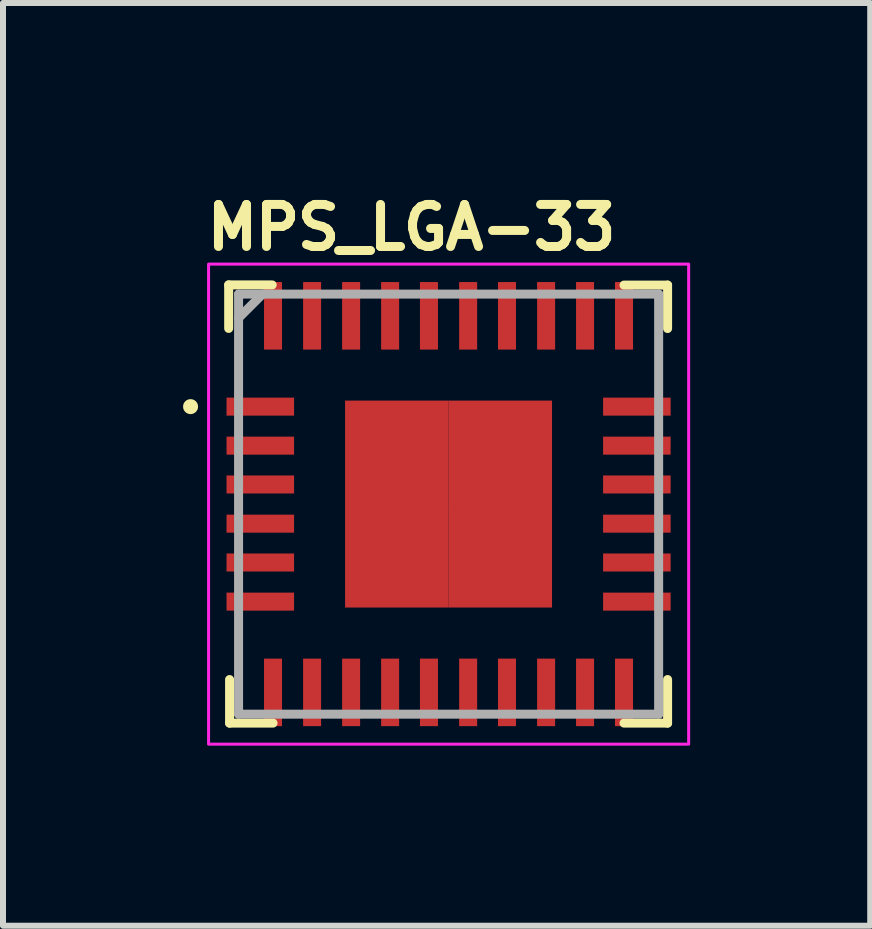
<source format=kicad_pcb>
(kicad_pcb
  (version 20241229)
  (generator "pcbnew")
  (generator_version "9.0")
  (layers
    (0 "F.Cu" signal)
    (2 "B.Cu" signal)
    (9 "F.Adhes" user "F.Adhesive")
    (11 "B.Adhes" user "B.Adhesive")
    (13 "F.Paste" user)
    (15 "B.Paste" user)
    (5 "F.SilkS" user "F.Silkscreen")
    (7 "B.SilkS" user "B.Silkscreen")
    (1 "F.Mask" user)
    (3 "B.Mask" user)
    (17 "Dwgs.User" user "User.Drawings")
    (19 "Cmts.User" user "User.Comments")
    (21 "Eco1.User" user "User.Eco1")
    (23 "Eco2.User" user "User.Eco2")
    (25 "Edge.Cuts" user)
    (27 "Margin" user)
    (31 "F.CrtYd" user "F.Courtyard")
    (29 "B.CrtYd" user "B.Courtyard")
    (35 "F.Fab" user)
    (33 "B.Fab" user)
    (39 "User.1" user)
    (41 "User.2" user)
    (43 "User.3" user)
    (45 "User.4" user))
  (footprint "MPS_LGA-33"
    (layer "F.Cu")
    (at 4.425 5.35)
    (property "Reference" "MPS_LGA-33" (at -4.1 -4.2 0) (layer "F.SilkS") (effects (font (size 0.7 0.7) (thickness 0.15)) (justify left bottom)))
    (attr smd)
    (fp_line (start -3.665 -3.653) (end -2.94 -3.653) (stroke (width 0.15) (type solid)) (layer "F.SilkS"))
    (fp_line (start -3.665 -2.928) (end -3.665 -3.653) (stroke (width 0.15) (type solid)) (layer "F.SilkS"))
    (fp_line (start -3.65 3.648) (end -3.65 2.922) (stroke (width 0.15) (type solid)) (layer "F.SilkS"))
    (fp_line (start -2.926 3.648) (end -3.65 3.648) (stroke (width 0.15) (type solid)) (layer "F.SilkS"))
    (fp_line (start 2.922 -3.65) (end 3.648 -3.65) (stroke (width 0.15) (type solid)) (layer "F.SilkS"))
    (fp_line (start 2.922 3.648) (end 3.648 3.648) (stroke (width 0.15) (type solid)) (layer "F.SilkS"))
    (fp_line (start 3.648 -3.65) (end 3.648 -2.926) (stroke (width 0.15) (type solid)) (layer "F.SilkS"))
    (fp_line (start 3.648 3.648) (end 3.648 2.922) (stroke (width 0.15) (type solid)) (layer "F.SilkS"))
    (fp_circle (center -4.3 -1.625) (end -4.25 -1.625) (stroke (width 0.15) (type solid)) (fill yes) (layer "F.SilkS"))
    (fp_rect (start -4 -4) (end 3.999 3.999) (stroke (width 0.05) (type solid)) (fill no) (layer "F.CrtYd"))
    (fp_line (start -3.5 -3.5) (end -3.5 3.499) (stroke (width 0.15) (type solid)) (layer "F.Fab"))
    (fp_line (start -3.5 3.499) (end 3.499 3.499) (stroke (width 0.15) (type solid)) (layer "F.Fab"))
    (fp_line (start -3.101 -3.5) (end -3.5 -3.101) (stroke (width 0.15) (type solid)) (layer "F.Fab"))
    (fp_line (start 3.499 -3.5) (end -3.5 -3.5) (stroke (width 0.15) (type solid)) (layer "F.Fab"))
    (fp_line (start 3.499 3.499) (end 3.499 -3.5) (stroke (width 0.15) (type solid)) (layer "F.Fab"))
    (fp_rect (start -3.5 -3.5) (end 3.499 3.499) (stroke (width 0.1) (type solid)) (fill no) (layer "User.5"))
    (fp_line (start -3.5 -3.5) (end -3.5 3.499) (stroke (width 0.02) (type solid)) (layer "User.9"))
    (fp_line (start -3.5 3.499) (end 3.499 3.499) (stroke (width 0.02) (type solid)) (layer "User.9"))
    (fp_line (start -3 -2.621) (end -3 -2.601) (stroke (width 0.02) (type solid)) (layer "User.9"))
    (fp_line (start -3 -2.621) (end -3 -2.601) (stroke (width 0.02) (type solid)) (layer "User.9"))
    (fp_line (start -3 -2.601) (end -3 -2.601) (stroke (width 0.02) (type solid)) (layer "User.9"))
    (fp_line (start -3 -2.601) (end -3 -2.601) (stroke (width 0.02) (type solid)) (layer "User.9"))
    (fp_line (start -3 -2.601) (end -3 -2.581) (stroke (width 0.02) (type solid)) (layer "User.9"))
    (fp_line (start -3 -2.601) (end -3 -2.581) (stroke (width 0.02) (type solid)) (layer "User.9"))
    (fp_line (start -3 -2.581) (end -2.999 -2.56) (stroke (width 0.02) (type solid)) (layer "User.9"))
    (fp_line (start -3 -2.581) (end -2.999 -2.56) (stroke (width 0.02) (type solid)) (layer "User.9"))
    (fp_line (start -2.999 -2.641) (end -3 -2.621) (stroke (width 0.02) (type solid)) (layer "User.9"))
    (fp_line (start -2.999 -2.641) (end -3 -2.621) (stroke (width 0.02) (type solid)) (layer "User.9"))
    (fp_line (start -2.999 -2.56) (end -2.996 -2.54) (stroke (width 0.02) (type solid)) (layer "User.9"))
    (fp_line (start -2.999 -2.56) (end -2.996 -2.54) (stroke (width 0.02) (type solid)) (layer "User.9"))
    (fp_line (start -2.996 -2.661) (end -2.999 -2.641) (stroke (width 0.02) (type solid)) (layer "User.9"))
    (fp_line (start -2.996 -2.661) (end -2.999 -2.641) (stroke (width 0.02) (type solid)) (layer "User.9"))
    (fp_line (start -2.996 -2.54) (end -2.992 -2.52) (stroke (width 0.02) (type solid)) (layer "User.9"))
    (fp_line (start -2.996 -2.54) (end -2.992 -2.52) (stroke (width 0.02) (type solid)) (layer "User.9"))
    (fp_line (start -2.992 -2.681) (end -2.996 -2.661) (stroke (width 0.02) (type solid)) (layer "User.9"))
    (fp_line (start -2.992 -2.681) (end -2.996 -2.661) (stroke (width 0.02) (type solid)) (layer "User.9"))
    (fp_line (start -2.992 -2.52) (end -2.988 -2.501) (stroke (width 0.02) (type solid)) (layer "User.9"))
    (fp_line (start -2.992 -2.52) (end -2.988 -2.501) (stroke (width 0.02) (type solid)) (layer "User.9"))
    (fp_line (start -2.988 -2.701) (end -2.992 -2.681) (stroke (width 0.02) (type solid)) (layer "User.9"))
    (fp_line (start -2.988 -2.701) (end -2.992 -2.681) (stroke (width 0.02) (type solid)) (layer "User.9"))
    (fp_line (start -2.988 -2.501) (end -2.983 -2.483) (stroke (width 0.02) (type solid)) (layer "User.9"))
    (fp_line (start -2.988 -2.501) (end -2.983 -2.483) (stroke (width 0.02) (type solid)) (layer "User.9"))
    (fp_line (start -2.983 -2.719) (end -2.988 -2.701) (stroke (width 0.02) (type solid)) (layer "User.9"))
    (fp_line (start -2.983 -2.719) (end -2.988 -2.701) (stroke (width 0.02) (type solid)) (layer "User.9"))
    (fp_line (start -2.983 -2.483) (end -2.976 -2.464) (stroke (width 0.02) (type solid)) (layer "User.9"))
    (fp_line (start -2.983 -2.483) (end -2.976 -2.464) (stroke (width 0.02) (type solid)) (layer "User.9"))
    (fp_line (start -2.976 -2.738) (end -2.983 -2.719) (stroke (width 0.02) (type solid)) (layer "User.9"))
    (fp_line (start -2.976 -2.738) (end -2.983 -2.719) (stroke (width 0.02) (type solid)) (layer "User.9"))
    (fp_line (start -2.976 -2.464) (end -2.969 -2.445) (stroke (width 0.02) (type solid)) (layer "User.9"))
    (fp_line (start -2.976 -2.464) (end -2.969 -2.445) (stroke (width 0.02) (type solid)) (layer "User.9"))
    (fp_line (start -2.969 -2.757) (end -2.976 -2.738) (stroke (width 0.02) (type solid)) (layer "User.9"))
    (fp_line (start -2.969 -2.757) (end -2.976 -2.738) (stroke (width 0.02) (type solid)) (layer "User.9"))
    (fp_line (start -2.969 -2.445) (end -2.961 -2.427) (stroke (width 0.02) (type solid)) (layer "User.9"))
    (fp_line (start -2.969 -2.445) (end -2.961 -2.427) (stroke (width 0.02) (type solid)) (layer "User.9"))
    (fp_line (start -2.961 -2.774) (end -2.969 -2.757) (stroke (width 0.02) (type solid)) (layer "User.9"))
    (fp_line (start -2.961 -2.774) (end -2.969 -2.757) (stroke (width 0.02) (type solid)) (layer "User.9"))
    (fp_line (start -2.961 -2.427) (end -2.952 -2.411) (stroke (width 0.02) (type solid)) (layer "User.9"))
    (fp_line (start -2.961 -2.427) (end -2.952 -2.411) (stroke (width 0.02) (type solid)) (layer "User.9"))
    (fp_line (start -2.952 -2.791) (end -2.961 -2.774) (stroke (width 0.02) (type solid)) (layer "User.9"))
    (fp_line (start -2.952 -2.791) (end -2.961 -2.774) (stroke (width 0.02) (type solid)) (layer "User.9"))
    (fp_line (start -2.952 -2.411) (end -2.943 -2.394) (stroke (width 0.02) (type solid)) (layer "User.9"))
    (fp_line (start -2.952 -2.411) (end -2.943 -2.394) (stroke (width 0.02) (type solid)) (layer "User.9"))
    (fp_line (start -2.943 -2.809) (end -2.952 -2.791) (stroke (width 0.02) (type solid)) (layer "User.9"))
    (fp_line (start -2.943 -2.809) (end -2.952 -2.791) (stroke (width 0.02) (type solid)) (layer "User.9"))
    (fp_line (start -2.943 -2.394) (end -2.932 -2.378) (stroke (width 0.02) (type solid)) (layer "User.9"))
    (fp_line (start -2.943 -2.394) (end -2.932 -2.378) (stroke (width 0.02) (type solid)) (layer "User.9"))
    (fp_line (start -2.932 -2.824) (end -2.943 -2.809) (stroke (width 0.02) (type solid)) (layer "User.9"))
    (fp_line (start -2.932 -2.824) (end -2.943 -2.809) (stroke (width 0.02) (type solid)) (layer "User.9"))
    (fp_line (start -2.932 -2.378) (end -2.922 -2.362) (stroke (width 0.02) (type solid)) (layer "User.9"))
    (fp_line (start -2.932 -2.378) (end -2.922 -2.362) (stroke (width 0.02) (type solid)) (layer "User.9"))
    (fp_line (start -2.922 -2.84) (end -2.932 -2.824) (stroke (width 0.02) (type solid)) (layer "User.9"))
    (fp_line (start -2.922 -2.84) (end -2.932 -2.824) (stroke (width 0.02) (type solid)) (layer "User.9"))
    (fp_line (start -2.922 -2.362) (end -2.91 -2.347) (stroke (width 0.02) (type solid)) (layer "User.9"))
    (fp_line (start -2.922 -2.362) (end -2.91 -2.347) (stroke (width 0.02) (type solid)) (layer "User.9"))
    (fp_line (start -2.91 -2.855) (end -2.922 -2.84) (stroke (width 0.02) (type solid)) (layer "User.9"))
    (fp_line (start -2.91 -2.855) (end -2.922 -2.84) (stroke (width 0.02) (type solid)) (layer "User.9"))
    (fp_line (start -2.91 -2.347) (end -2.896 -2.332) (stroke (width 0.02) (type solid)) (layer "User.9"))
    (fp_line (start -2.91 -2.347) (end -2.896 -2.332) (stroke (width 0.02) (type solid)) (layer "User.9"))
    (fp_line (start -2.896 -2.87) (end -2.91 -2.855) (stroke (width 0.02) (type solid)) (layer "User.9"))
    (fp_line (start -2.896 -2.87) (end -2.91 -2.855) (stroke (width 0.02) (type solid)) (layer "User.9"))
    (fp_line (start -2.896 -2.332) (end -2.883 -2.319) (stroke (width 0.02) (type solid)) (layer "User.9"))
    (fp_line (start -2.896 -2.332) (end -2.883 -2.319) (stroke (width 0.02) (type solid)) (layer "User.9"))
    (fp_line (start -2.883 -2.883) (end -2.896 -2.87) (stroke (width 0.02) (type solid)) (layer "User.9"))
    (fp_line (start -2.883 -2.883) (end -2.896 -2.87) (stroke (width 0.02) (type solid)) (layer "User.9"))
    (fp_line (start -2.883 -2.319) (end -2.87 -2.305) (stroke (width 0.02) (type solid)) (layer "User.9"))
    (fp_line (start -2.883 -2.319) (end -2.87 -2.305) (stroke (width 0.02) (type solid)) (layer "User.9"))
    (fp_line (start -2.87 -2.898) (end -2.883 -2.883) (stroke (width 0.02) (type solid)) (layer "User.9"))
    (fp_line (start -2.87 -2.898) (end -2.883 -2.883) (stroke (width 0.02) (type solid)) (layer "User.9"))
    (fp_line (start -2.87 -2.305) (end -2.855 -2.293) (stroke (width 0.02) (type solid)) (layer "User.9"))
    (fp_line (start -2.87 -2.305) (end -2.855 -2.293) (stroke (width 0.02) (type solid)) (layer "User.9"))
    (fp_line (start -2.855 -2.91) (end -2.87 -2.898) (stroke (width 0.02) (type solid)) (layer "User.9"))
    (fp_line (start -2.855 -2.91) (end -2.87 -2.898) (stroke (width 0.02) (type solid)) (layer "User.9"))
    (fp_line (start -2.855 -2.293) (end -2.84 -2.281) (stroke (width 0.02) (type solid)) (layer "User.9"))
    (fp_line (start -2.855 -2.293) (end -2.84 -2.281) (stroke (width 0.02) (type solid)) (layer "User.9"))
    (fp_line (start -2.84 -2.922) (end -2.855 -2.91) (stroke (width 0.02) (type solid)) (layer "User.9"))
    (fp_line (start -2.84 -2.922) (end -2.855 -2.91) (stroke (width 0.02) (type solid)) (layer "User.9"))
    (fp_line (start -2.84 -2.281) (end -2.824 -2.27) (stroke (width 0.02) (type solid)) (layer "User.9"))
    (fp_line (start -2.84 -2.281) (end -2.824 -2.27) (stroke (width 0.02) (type solid)) (layer "User.9"))
    (fp_line (start -2.824 -2.932) (end -2.84 -2.922) (stroke (width 0.02) (type solid)) (layer "User.9"))
    (fp_line (start -2.824 -2.932) (end -2.84 -2.922) (stroke (width 0.02) (type solid)) (layer "User.9"))
    (fp_line (start -2.824 -2.27) (end -2.809 -2.258) (stroke (width 0.02) (type solid)) (layer "User.9"))
    (fp_line (start -2.824 -2.27) (end -2.809 -2.258) (stroke (width 0.02) (type solid)) (layer "User.9"))
    (fp_line (start -2.809 -2.943) (end -2.824 -2.932) (stroke (width 0.02) (type solid)) (layer "User.9"))
    (fp_line (start -2.809 -2.943) (end -2.824 -2.932) (stroke (width 0.02) (type solid)) (layer "User.9"))
    (fp_line (start -2.809 -2.258) (end -2.791 -2.25) (stroke (width 0.02) (type solid)) (layer "User.9"))
    (fp_line (start -2.809 -2.258) (end -2.791 -2.25) (stroke (width 0.02) (type solid)) (layer "User.9"))
    (fp_line (start -2.791 -2.952) (end -2.809 -2.943) (stroke (width 0.02) (type solid)) (layer "User.9"))
    (fp_line (start -2.791 -2.952) (end -2.809 -2.943) (stroke (width 0.02) (type solid)) (layer "User.9"))
    (fp_line (start -2.791 -2.25) (end -2.774 -2.241) (stroke (width 0.02) (type solid)) (layer "User.9"))
    (fp_line (start -2.791 -2.25) (end -2.774 -2.241) (stroke (width 0.02) (type solid)) (layer "User.9"))
    (fp_line (start -2.774 -2.961) (end -2.791 -2.952) (stroke (width 0.02) (type solid)) (layer "User.9"))
    (fp_line (start -2.774 -2.961) (end -2.791 -2.952) (stroke (width 0.02) (type solid)) (layer "User.9"))
    (fp_line (start -2.774 -2.241) (end -2.757 -2.233) (stroke (width 0.02) (type solid)) (layer "User.9"))
    (fp_line (start -2.774 -2.241) (end -2.757 -2.233) (stroke (width 0.02) (type solid)) (layer "User.9"))
    (fp_line (start -2.757 -2.969) (end -2.774 -2.961) (stroke (width 0.02) (type solid)) (layer "User.9"))
    (fp_line (start -2.757 -2.969) (end -2.774 -2.961) (stroke (width 0.02) (type solid)) (layer "User.9"))
    (fp_line (start -2.757 -2.233) (end -2.738 -2.226) (stroke (width 0.02) (type solid)) (layer "User.9"))
    (fp_line (start -2.757 -2.233) (end -2.738 -2.226) (stroke (width 0.02) (type solid)) (layer "User.9"))
    (fp_line (start -2.738 -2.976) (end -2.757 -2.969) (stroke (width 0.02) (type solid)) (layer "User.9"))
    (fp_line (start -2.738 -2.976) (end -2.757 -2.969) (stroke (width 0.02) (type solid)) (layer "User.9"))
    (fp_line (start -2.738 -2.226) (end -2.719 -2.219) (stroke (width 0.02) (type solid)) (layer "User.9"))
    (fp_line (start -2.738 -2.226) (end -2.719 -2.219) (stroke (width 0.02) (type solid)) (layer "User.9"))
    (fp_line (start -2.719 -2.983) (end -2.738 -2.976) (stroke (width 0.02) (type solid)) (layer "User.9"))
    (fp_line (start -2.719 -2.983) (end -2.738 -2.976) (stroke (width 0.02) (type solid)) (layer "User.9"))
    (fp_line (start -2.719 -2.219) (end -2.701 -2.214) (stroke (width 0.02) (type solid)) (layer "User.9"))
    (fp_line (start -2.719 -2.219) (end -2.701 -2.214) (stroke (width 0.02) (type solid)) (layer "User.9"))
    (fp_line (start -2.701 -2.988) (end -2.719 -2.983) (stroke (width 0.02) (type solid)) (layer "User.9"))
    (fp_line (start -2.701 -2.988) (end -2.719 -2.983) (stroke (width 0.02) (type solid)) (layer "User.9"))
    (fp_line (start -2.701 -2.214) (end -2.681 -2.21) (stroke (width 0.02) (type solid)) (layer "User.9"))
    (fp_line (start -2.701 -2.214) (end -2.681 -2.21) (stroke (width 0.02) (type solid)) (layer "User.9"))
    (fp_line (start -2.681 -2.992) (end -2.701 -2.988) (stroke (width 0.02) (type solid)) (layer "User.9"))
    (fp_line (start -2.681 -2.992) (end -2.701 -2.988) (stroke (width 0.02) (type solid)) (layer "User.9"))
    (fp_line (start -2.681 -2.21) (end -2.661 -2.206) (stroke (width 0.02) (type solid)) (layer "User.9"))
    (fp_line (start -2.681 -2.21) (end -2.661 -2.206) (stroke (width 0.02) (type solid)) (layer "User.9"))
    (fp_line (start -2.661 -2.996) (end -2.681 -2.992) (stroke (width 0.02) (type solid)) (layer "User.9"))
    (fp_line (start -2.661 -2.996) (end -2.681 -2.992) (stroke (width 0.02) (type solid)) (layer "User.9"))
    (fp_line (start -2.661 -2.206) (end -2.641 -2.203) (stroke (width 0.02) (type solid)) (layer "User.9"))
    (fp_line (start -2.661 -2.206) (end -2.641 -2.203) (stroke (width 0.02) (type solid)) (layer "User.9"))
    (fp_line (start -2.641 -2.999) (end -2.661 -2.996) (stroke (width 0.02) (type solid)) (layer "User.9"))
    (fp_line (start -2.641 -2.999) (end -2.661 -2.996) (stroke (width 0.02) (type solid)) (layer "User.9"))
    (fp_line (start -2.641 -2.203) (end -2.621 -2.202) (stroke (width 0.02) (type solid)) (layer "User.9"))
    (fp_line (start -2.641 -2.203) (end -2.621 -2.202) (stroke (width 0.02) (type solid)) (layer "User.9"))
    (fp_line (start -2.621 -3) (end -2.641 -2.999) (stroke (width 0.02) (type solid)) (layer "User.9"))
    (fp_line (start -2.621 -3) (end -2.641 -2.999) (stroke (width 0.02) (type solid)) (layer "User.9"))
    (fp_line (start -2.621 -2.202) (end -2.601 -2.202) (stroke (width 0.02) (type solid)) (layer "User.9"))
    (fp_line (start -2.621 -2.202) (end -2.601 -2.202) (stroke (width 0.02) (type solid)) (layer "User.9"))
    (fp_line (start -2.601 -3) (end -2.621 -3) (stroke (width 0.02) (type solid)) (layer "User.9"))
    (fp_line (start -2.601 -3) (end -2.621 -3) (stroke (width 0.02) (type solid)) (layer "User.9"))
    (fp_line (start -2.601 -2.202) (end -2.581 -2.202) (stroke (width 0.02) (type solid)) (layer "User.9"))
    (fp_line (start -2.601 -2.202) (end -2.581 -2.202) (stroke (width 0.02) (type solid)) (layer "User.9"))
    (fp_line (start -2.581 -3) (end -2.601 -3) (stroke (width 0.02) (type solid)) (layer "User.9"))
    (fp_line (start -2.581 -3) (end -2.601 -3) (stroke (width 0.02) (type solid)) (layer "User.9"))
    (fp_line (start -2.581 -2.202) (end -2.56 -2.203) (stroke (width 0.02) (type solid)) (layer "User.9"))
    (fp_line (start -2.581 -2.202) (end -2.56 -2.203) (stroke (width 0.02) (type solid)) (layer "User.9"))
    (fp_line (start -2.56 -2.999) (end -2.581 -3) (stroke (width 0.02) (type solid)) (layer "User.9"))
    (fp_line (start -2.56 -2.999) (end -2.581 -3) (stroke (width 0.02) (type solid)) (layer "User.9"))
    (fp_line (start -2.56 -2.203) (end -2.54 -2.206) (stroke (width 0.02) (type solid)) (layer "User.9"))
    (fp_line (start -2.56 -2.203) (end -2.54 -2.206) (stroke (width 0.02) (type solid)) (layer "User.9"))
    (fp_line (start -2.54 -2.996) (end -2.56 -2.999) (stroke (width 0.02) (type solid)) (layer "User.9"))
    (fp_line (start -2.54 -2.996) (end -2.56 -2.999) (stroke (width 0.02) (type solid)) (layer "User.9"))
    (fp_line (start -2.54 -2.206) (end -2.52 -2.21) (stroke (width 0.02) (type solid)) (layer "User.9"))
    (fp_line (start -2.54 -2.206) (end -2.52 -2.21) (stroke (width 0.02) (type solid)) (layer "User.9"))
    (fp_line (start -2.52 -2.992) (end -2.54 -2.996) (stroke (width 0.02) (type solid)) (layer "User.9"))
    (fp_line (start -2.52 -2.992) (end -2.54 -2.996) (stroke (width 0.02) (type solid)) (layer "User.9"))
    (fp_line (start -2.52 -2.21) (end -2.501 -2.214) (stroke (width 0.02) (type solid)) (layer "User.9"))
    (fp_line (start -2.52 -2.21) (end -2.501 -2.214) (stroke (width 0.02) (type solid)) (layer "User.9"))
    (fp_line (start -2.501 -2.988) (end -2.52 -2.992) (stroke (width 0.02) (type solid)) (layer "User.9"))
    (fp_line (start -2.501 -2.988) (end -2.52 -2.992) (stroke (width 0.02) (type solid)) (layer "User.9"))
    (fp_line (start -2.501 -2.214) (end -2.483 -2.219) (stroke (width 0.02) (type solid)) (layer "User.9"))
    (fp_line (start -2.501 -2.214) (end -2.483 -2.219) (stroke (width 0.02) (type solid)) (layer "User.9"))
    (fp_line (start -2.483 -2.983) (end -2.501 -2.988) (stroke (width 0.02) (type solid)) (layer "User.9"))
    (fp_line (start -2.483 -2.983) (end -2.501 -2.988) (stroke (width 0.02) (type solid)) (layer "User.9"))
    (fp_line (start -2.483 -2.219) (end -2.464 -2.226) (stroke (width 0.02) (type solid)) (layer "User.9"))
    (fp_line (start -2.483 -2.219) (end -2.464 -2.226) (stroke (width 0.02) (type solid)) (layer "User.9"))
    (fp_line (start -2.464 -2.976) (end -2.483 -2.983) (stroke (width 0.02) (type solid)) (layer "User.9"))
    (fp_line (start -2.464 -2.976) (end -2.483 -2.983) (stroke (width 0.02) (type solid)) (layer "User.9"))
    (fp_line (start -2.464 -2.226) (end -2.445 -2.233) (stroke (width 0.02) (type solid)) (layer "User.9"))
    (fp_line (start -2.464 -2.226) (end -2.445 -2.233) (stroke (width 0.02) (type solid)) (layer "User.9"))
    (fp_line (start -2.445 -2.969) (end -2.464 -2.976) (stroke (width 0.02) (type solid)) (layer "User.9"))
    (fp_line (start -2.445 -2.969) (end -2.464 -2.976) (stroke (width 0.02) (type solid)) (layer "User.9"))
    (fp_line (start -2.445 -2.233) (end -2.427 -2.241) (stroke (width 0.02) (type solid)) (layer "User.9"))
    (fp_line (start -2.445 -2.233) (end -2.427 -2.241) (stroke (width 0.02) (type solid)) (layer "User.9"))
    (fp_line (start -2.427 -2.961) (end -2.445 -2.969) (stroke (width 0.02) (type solid)) (layer "User.9"))
    (fp_line (start -2.427 -2.961) (end -2.445 -2.969) (stroke (width 0.02) (type solid)) (layer "User.9"))
    (fp_line (start -2.427 -2.241) (end -2.411 -2.25) (stroke (width 0.02) (type solid)) (layer "User.9"))
    (fp_line (start -2.427 -2.241) (end -2.411 -2.25) (stroke (width 0.02) (type solid)) (layer "User.9"))
    (fp_line (start -2.411 -2.952) (end -2.427 -2.961) (stroke (width 0.02) (type solid)) (layer "User.9"))
    (fp_line (start -2.411 -2.952) (end -2.427 -2.961) (stroke (width 0.02) (type solid)) (layer "User.9"))
    (fp_line (start -2.411 -2.25) (end -2.394 -2.258) (stroke (width 0.02) (type solid)) (layer "User.9"))
    (fp_line (start -2.411 -2.25) (end -2.394 -2.258) (stroke (width 0.02) (type solid)) (layer "User.9"))
    (fp_line (start -2.394 -2.943) (end -2.411 -2.952) (stroke (width 0.02) (type solid)) (layer "User.9"))
    (fp_line (start -2.394 -2.943) (end -2.411 -2.952) (stroke (width 0.02) (type solid)) (layer "User.9"))
    (fp_line (start -2.394 -2.258) (end -2.378 -2.27) (stroke (width 0.02) (type solid)) (layer "User.9"))
    (fp_line (start -2.394 -2.258) (end -2.378 -2.27) (stroke (width 0.02) (type solid)) (layer "User.9"))
    (fp_line (start -2.378 -2.932) (end -2.394 -2.943) (stroke (width 0.02) (type solid)) (layer "User.9"))
    (fp_line (start -2.378 -2.932) (end -2.394 -2.943) (stroke (width 0.02) (type solid)) (layer "User.9"))
    (fp_line (start -2.378 -2.27) (end -2.362 -2.281) (stroke (width 0.02) (type solid)) (layer "User.9"))
    (fp_line (start -2.378 -2.27) (end -2.362 -2.281) (stroke (width 0.02) (type solid)) (layer "User.9"))
    (fp_line (start -2.362 -2.922) (end -2.378 -2.932) (stroke (width 0.02) (type solid)) (layer "User.9"))
    (fp_line (start -2.362 -2.922) (end -2.378 -2.932) (stroke (width 0.02) (type solid)) (layer "User.9"))
    (fp_line (start -2.362 -2.281) (end -2.347 -2.293) (stroke (width 0.02) (type solid)) (layer "User.9"))
    (fp_line (start -2.362 -2.281) (end -2.347 -2.293) (stroke (width 0.02) (type solid)) (layer "User.9"))
    (fp_line (start -2.347 -2.91) (end -2.362 -2.922) (stroke (width 0.02) (type solid)) (layer "User.9"))
    (fp_line (start -2.347 -2.91) (end -2.362 -2.922) (stroke (width 0.02) (type solid)) (layer "User.9"))
    (fp_line (start -2.347 -2.293) (end -2.332 -2.305) (stroke (width 0.02) (type solid)) (layer "User.9"))
    (fp_line (start -2.347 -2.293) (end -2.332 -2.305) (stroke (width 0.02) (type solid)) (layer "User.9"))
    (fp_line (start -2.332 -2.898) (end -2.347 -2.91) (stroke (width 0.02) (type solid)) (layer "User.9"))
    (fp_line (start -2.332 -2.898) (end -2.347 -2.91) (stroke (width 0.02) (type solid)) (layer "User.9"))
    (fp_line (start -2.332 -2.305) (end -2.319 -2.319) (stroke (width 0.02) (type solid)) (layer "User.9"))
    (fp_line (start -2.332 -2.305) (end -2.319 -2.319) (stroke (width 0.02) (type solid)) (layer "User.9"))
    (fp_line (start -2.319 -2.883) (end -2.332 -2.898) (stroke (width 0.02) (type solid)) (layer "User.9"))
    (fp_line (start -2.319 -2.883) (end -2.332 -2.898) (stroke (width 0.02) (type solid)) (layer "User.9"))
    (fp_line (start -2.319 -2.319) (end -2.306 -2.332) (stroke (width 0.02) (type solid)) (layer "User.9"))
    (fp_line (start -2.319 -2.319) (end -2.306 -2.332) (stroke (width 0.02) (type solid)) (layer "User.9"))
    (fp_line (start -2.306 -2.87) (end -2.319 -2.883) (stroke (width 0.02) (type solid)) (layer "User.9"))
    (fp_line (start -2.306 -2.87) (end -2.319 -2.883) (stroke (width 0.02) (type solid)) (layer "User.9"))
    (fp_line (start -2.306 -2.332) (end -2.293 -2.347) (stroke (width 0.02) (type solid)) (layer "User.9"))
    (fp_line (start -2.306 -2.332) (end -2.293 -2.347) (stroke (width 0.02) (type solid)) (layer "User.9"))
    (fp_line (start -2.293 -2.855) (end -2.306 -2.87) (stroke (width 0.02) (type solid)) (layer "User.9"))
    (fp_line (start -2.293 -2.855) (end -2.306 -2.87) (stroke (width 0.02) (type solid)) (layer "User.9"))
    (fp_line (start -2.293 -2.347) (end -2.281 -2.362) (stroke (width 0.02) (type solid)) (layer "User.9"))
    (fp_line (start -2.293 -2.347) (end -2.281 -2.362) (stroke (width 0.02) (type solid)) (layer "User.9"))
    (fp_line (start -2.281 -2.84) (end -2.293 -2.855) (stroke (width 0.02) (type solid)) (layer "User.9"))
    (fp_line (start -2.281 -2.84) (end -2.293 -2.855) (stroke (width 0.02) (type solid)) (layer "User.9"))
    (fp_line (start -2.281 -2.362) (end -2.27 -2.378) (stroke (width 0.02) (type solid)) (layer "User.9"))
    (fp_line (start -2.281 -2.362) (end -2.27 -2.378) (stroke (width 0.02) (type solid)) (layer "User.9"))
    (fp_line (start -2.27 -2.824) (end -2.281 -2.84) (stroke (width 0.02) (type solid)) (layer "User.9"))
    (fp_line (start -2.27 -2.824) (end -2.281 -2.84) (stroke (width 0.02) (type solid)) (layer "User.9"))
    (fp_line (start -2.27 -2.378) (end -2.259 -2.394) (stroke (width 0.02) (type solid)) (layer "User.9"))
    (fp_line (start -2.27 -2.378) (end -2.259 -2.394) (stroke (width 0.02) (type solid)) (layer "User.9"))
    (fp_line (start -2.259 -2.809) (end -2.27 -2.824) (stroke (width 0.02) (type solid)) (layer "User.9"))
    (fp_line (start -2.259 -2.809) (end -2.27 -2.824) (stroke (width 0.02) (type solid)) (layer "User.9"))
    (fp_line (start -2.259 -2.394) (end -2.25 -2.411) (stroke (width 0.02) (type solid)) (layer "User.9"))
    (fp_line (start -2.259 -2.394) (end -2.25 -2.411) (stroke (width 0.02) (type solid)) (layer "User.9"))
    (fp_line (start -2.25 -2.791) (end -2.259 -2.809) (stroke (width 0.02) (type solid)) (layer "User.9"))
    (fp_line (start -2.25 -2.791) (end -2.259 -2.809) (stroke (width 0.02) (type solid)) (layer "User.9"))
    (fp_line (start -2.25 -2.411) (end -2.241 -2.427) (stroke (width 0.02) (type solid)) (layer "User.9"))
    (fp_line (start -2.25 -2.411) (end -2.241 -2.427) (stroke (width 0.02) (type solid)) (layer "User.9"))
    (fp_line (start -2.241 -2.774) (end -2.25 -2.791) (stroke (width 0.02) (type solid)) (layer "User.9"))
    (fp_line (start -2.241 -2.774) (end -2.25 -2.791) (stroke (width 0.02) (type solid)) (layer "User.9"))
    (fp_line (start -2.241 -2.427) (end -2.233 -2.445) (stroke (width 0.02) (type solid)) (layer "User.9"))
    (fp_line (start -2.241 -2.427) (end -2.233 -2.445) (stroke (width 0.02) (type solid)) (layer "User.9"))
    (fp_line (start -2.233 -2.757) (end -2.241 -2.774) (stroke (width 0.02) (type solid)) (layer "User.9"))
    (fp_line (start -2.233 -2.757) (end -2.241 -2.774) (stroke (width 0.02) (type solid)) (layer "User.9"))
    (fp_line (start -2.233 -2.445) (end -2.226 -2.464) (stroke (width 0.02) (type solid)) (layer "User.9"))
    (fp_line (start -2.233 -2.445) (end -2.226 -2.464) (stroke (width 0.02) (type solid)) (layer "User.9"))
    (fp_line (start -2.226 -2.738) (end -2.233 -2.757) (stroke (width 0.02) (type solid)) (layer "User.9"))
    (fp_line (start -2.226 -2.738) (end -2.233 -2.757) (stroke (width 0.02) (type solid)) (layer "User.9"))
    (fp_line (start -2.226 -2.464) (end -2.219 -2.483) (stroke (width 0.02) (type solid)) (layer "User.9"))
    (fp_line (start -2.226 -2.464) (end -2.219 -2.483) (stroke (width 0.02) (type solid)) (layer "User.9"))
    (fp_line (start -2.219 -2.719) (end -2.226 -2.738) (stroke (width 0.02) (type solid)) (layer "User.9"))
    (fp_line (start -2.219 -2.719) (end -2.226 -2.738) (stroke (width 0.02) (type solid)) (layer "User.9"))
    (fp_line (start -2.219 -2.483) (end -2.214 -2.501) (stroke (width 0.02) (type solid)) (layer "User.9"))
    (fp_line (start -2.219 -2.483) (end -2.214 -2.501) (stroke (width 0.02) (type solid)) (layer "User.9"))
    (fp_line (start -2.214 -2.701) (end -2.219 -2.719) (stroke (width 0.02) (type solid)) (layer "User.9"))
    (fp_line (start -2.214 -2.701) (end -2.219 -2.719) (stroke (width 0.02) (type solid)) (layer "User.9"))
    (fp_line (start -2.214 -2.501) (end -2.21 -2.52) (stroke (width 0.02) (type solid)) (layer "User.9"))
    (fp_line (start -2.214 -2.501) (end -2.21 -2.52) (stroke (width 0.02) (type solid)) (layer "User.9"))
    (fp_line (start -2.21 -2.681) (end -2.214 -2.701) (stroke (width 0.02) (type solid)) (layer "User.9"))
    (fp_line (start -2.21 -2.681) (end -2.214 -2.701) (stroke (width 0.02) (type solid)) (layer "User.9"))
    (fp_line (start -2.21 -2.52) (end -2.206 -2.54) (stroke (width 0.02) (type solid)) (layer "User.9"))
    (fp_line (start -2.21 -2.52) (end -2.206 -2.54) (stroke (width 0.02) (type solid)) (layer "User.9"))
    (fp_line (start -2.206 -2.661) (end -2.21 -2.681) (stroke (width 0.02) (type solid)) (layer "User.9"))
    (fp_line (start -2.206 -2.661) (end -2.21 -2.681) (stroke (width 0.02) (type solid)) (layer "User.9"))
    (fp_line (start -2.206 -2.54) (end -2.203 -2.56) (stroke (width 0.02) (type solid)) (layer "User.9"))
    (fp_line (start -2.206 -2.54) (end -2.203 -2.56) (stroke (width 0.02) (type solid)) (layer "User.9"))
    (fp_line (start -2.203 -2.641) (end -2.206 -2.661) (stroke (width 0.02) (type solid)) (layer "User.9"))
    (fp_line (start -2.203 -2.641) (end -2.206 -2.661) (stroke (width 0.02) (type solid)) (layer "User.9"))
    (fp_line (start -2.203 -2.56) (end -2.202 -2.581) (stroke (width 0.02) (type solid)) (layer "User.9"))
    (fp_line (start -2.203 -2.56) (end -2.202 -2.581) (stroke (width 0.02) (type solid)) (layer "User.9"))
    (fp_line (start -2.202 -2.621) (end -2.203 -2.641) (stroke (width 0.02) (type solid)) (layer "User.9"))
    (fp_line (start -2.202 -2.621) (end -2.203 -2.641) (stroke (width 0.02) (type solid)) (layer "User.9"))
    (fp_line (start -2.202 -2.601) (end -2.202 -2.621) (stroke (width 0.02) (type solid)) (layer "User.9"))
    (fp_line (start -2.202 -2.601) (end -2.202 -2.621) (stroke (width 0.02) (type solid)) (layer "User.9"))
    (fp_line (start -2.202 -2.601) (end -2.202 -2.601) (stroke (width 0.02) (type solid)) (layer "User.9"))
    (fp_line (start -2.202 -2.601) (end -2.202 -2.601) (stroke (width 0.02) (type solid)) (layer "User.9"))
    (fp_line (start -2.202 -2.581) (end -2.202 -2.601) (stroke (width 0.02) (type solid)) (layer "User.9"))
    (fp_line (start -2.202 -2.581) (end -2.202 -2.601) (stroke (width 0.02) (type solid)) (layer "User.9"))
    (fp_line (start 3.499 -3.5) (end -3.5 -3.5) (stroke (width 0.02) (type solid)) (layer "User.9"))
    (fp_line (start 3.499 3.499) (end 3.499 -3.5) (stroke (width 0.02) (type solid)) (layer "User.9"))
    (pad "1" smd rect (at -3.138 -1.625 90) (size 0.3 1.125) (layers "F.Cu" "F.Mask" "F.Paste"))
    (pad "2" smd rect (at -3.138 -0.975 90) (size 0.3 1.125) (layers "F.Cu" "F.Mask" "F.Paste"))
    (pad "3" smd rect (at -3.138 -0.328 90) (size 0.3 1.125) (layers "F.Cu" "F.Mask" "F.Paste"))
    (pad "4" smd rect (at -3.138 0.325 90) (size 0.3 1.125) (layers "F.Cu" "F.Mask" "F.Paste"))
    (pad "5" smd rect (at -3.138 0.972 90) (size 0.3 1.125) (layers "F.Cu" "F.Mask" "F.Paste"))
    (pad "6" smd rect (at -3.138 1.624 90) (size 0.3 1.125) (layers "F.Cu" "F.Mask" "F.Paste"))
    (pad "7" smd rect (at -2.926 3.136 180) (size 0.3 1.125) (layers "F.Cu" "F.Mask" "F.Paste"))
    (pad "8" smd rect (at -2.275 3.136 180) (size 0.3 1.125) (layers "F.Cu" "F.Mask" "F.Paste"))
    (pad "9" smd rect (at -1.625 3.136) (size 0.3 1.125) (layers "F.Cu" "F.Mask" "F.Paste"))
    (pad "10" smd rect (at -0.975 3.136) (size 0.3 1.125) (layers "F.Cu" "F.Mask" "F.Paste"))
    (pad "11" smd rect (at -0.328 3.136) (size 0.3 1.125) (layers "F.Cu" "F.Mask" "F.Paste"))
    (pad "12" smd rect (at 0.325 3.136) (size 0.3 1.125) (layers "F.Cu" "F.Mask" "F.Paste"))
    (pad "13" smd rect (at 0.972 3.136) (size 0.3 1.125) (layers "F.Cu" "F.Mask" "F.Paste"))
    (pad "14" smd rect (at 1.624 3.136) (size 0.3 1.125) (layers "F.Cu" "F.Mask" "F.Paste"))
    (pad "15" smd rect (at 2.273 3.136) (size 0.3 1.125) (layers "F.Cu" "F.Mask" "F.Paste"))
    (pad "16" smd rect (at 2.922 3.136) (size 0.3 1.125) (layers "F.Cu" "F.Mask" "F.Paste"))
    (pad "17" smd rect (at 3.136 1.624 90) (size 0.3 1.125) (layers "F.Cu" "F.Mask" "F.Paste"))
    (pad "18" smd rect (at 3.136 0.972 90) (size 0.3 1.125) (layers "F.Cu" "F.Mask" "F.Paste"))
    (pad "19" smd rect (at 3.136 0.325 90) (size 0.3 1.125) (layers "F.Cu" "F.Mask" "F.Paste"))
    (pad "20" smd rect (at 3.136 -0.328 90) (size 0.3 1.125) (layers "F.Cu" "F.Mask" "F.Paste"))
    (pad "21" smd rect (at 3.136 -0.975 90) (size 0.3 1.125) (layers "F.Cu" "F.Mask" "F.Paste"))
    (pad "22" smd rect (at 3.136 -1.625 90) (size 0.3 1.125) (layers "F.Cu" "F.Mask" "F.Paste"))
    (pad "23" smd rect (at 2.922 -3.138 180) (size 0.3 1.125) (layers "F.Cu" "F.Mask" "F.Paste"))
    (pad "24" smd rect (at 2.273 -3.138 180) (size 0.3 1.125) (layers "F.Cu" "F.Mask" "F.Paste"))
    (pad "25" smd rect (at 1.624 -3.138) (size 0.3 1.125) (layers "F.Cu" "F.Mask" "F.Paste"))
    (pad "26" smd rect (at 0.972 -3.138) (size 0.3 1.125) (layers "F.Cu" "F.Mask" "F.Paste"))
    (pad "27" smd rect (at 0.325 -3.138) (size 0.3 1.125) (layers "F.Cu" "F.Mask" "F.Paste"))
    (pad "28" smd rect (at -0.328 -3.138) (size 0.3 1.125) (layers "F.Cu" "F.Mask" "F.Paste"))
    (pad "29" smd rect (at -0.975 -3.138) (size 0.3 1.125) (layers "F.Cu" "F.Mask" "F.Paste"))
    (pad "30" smd rect (at -1.625 -3.138) (size 0.3 1.125) (layers "F.Cu" "F.Mask" "F.Paste"))
    (pad "31" smd rect (at -2.275 -3.138) (size 0.3 1.125) (layers "F.Cu" "F.Mask" "F.Paste"))
    (pad "32" smd rect (at -2.926 -3.138) (size 0.3 1.125) (layers "F.Cu" "F.Mask" "F.Paste"))
    (pad "33" smd rect (at -0.863 -0.863) (size 1.725 1.725) (layers "F.Cu" "F.Mask" "F.Paste"))
    (pad "33" smd rect (at -0.863 0.86) (size 1.725 1.725) (layers "F.Cu" "F.Mask" "F.Paste"))
    (pad "33" smd rect (at 0.86 -0.863) (size 1.725 1.725) (layers "F.Cu" "F.Mask" "F.Paste"))
    (pad "33" smd rect (at 0.86 0.86) (size 1.725 1.725) (layers "F.Cu" "F.Mask" "F.Paste")))
  (gr_rect
    (start -3 -3)
    (end 11.449 12.374)
    (stroke (width 0.1) (type default))
    (fill no)
    (layer "Edge.Cuts")))
</source>
